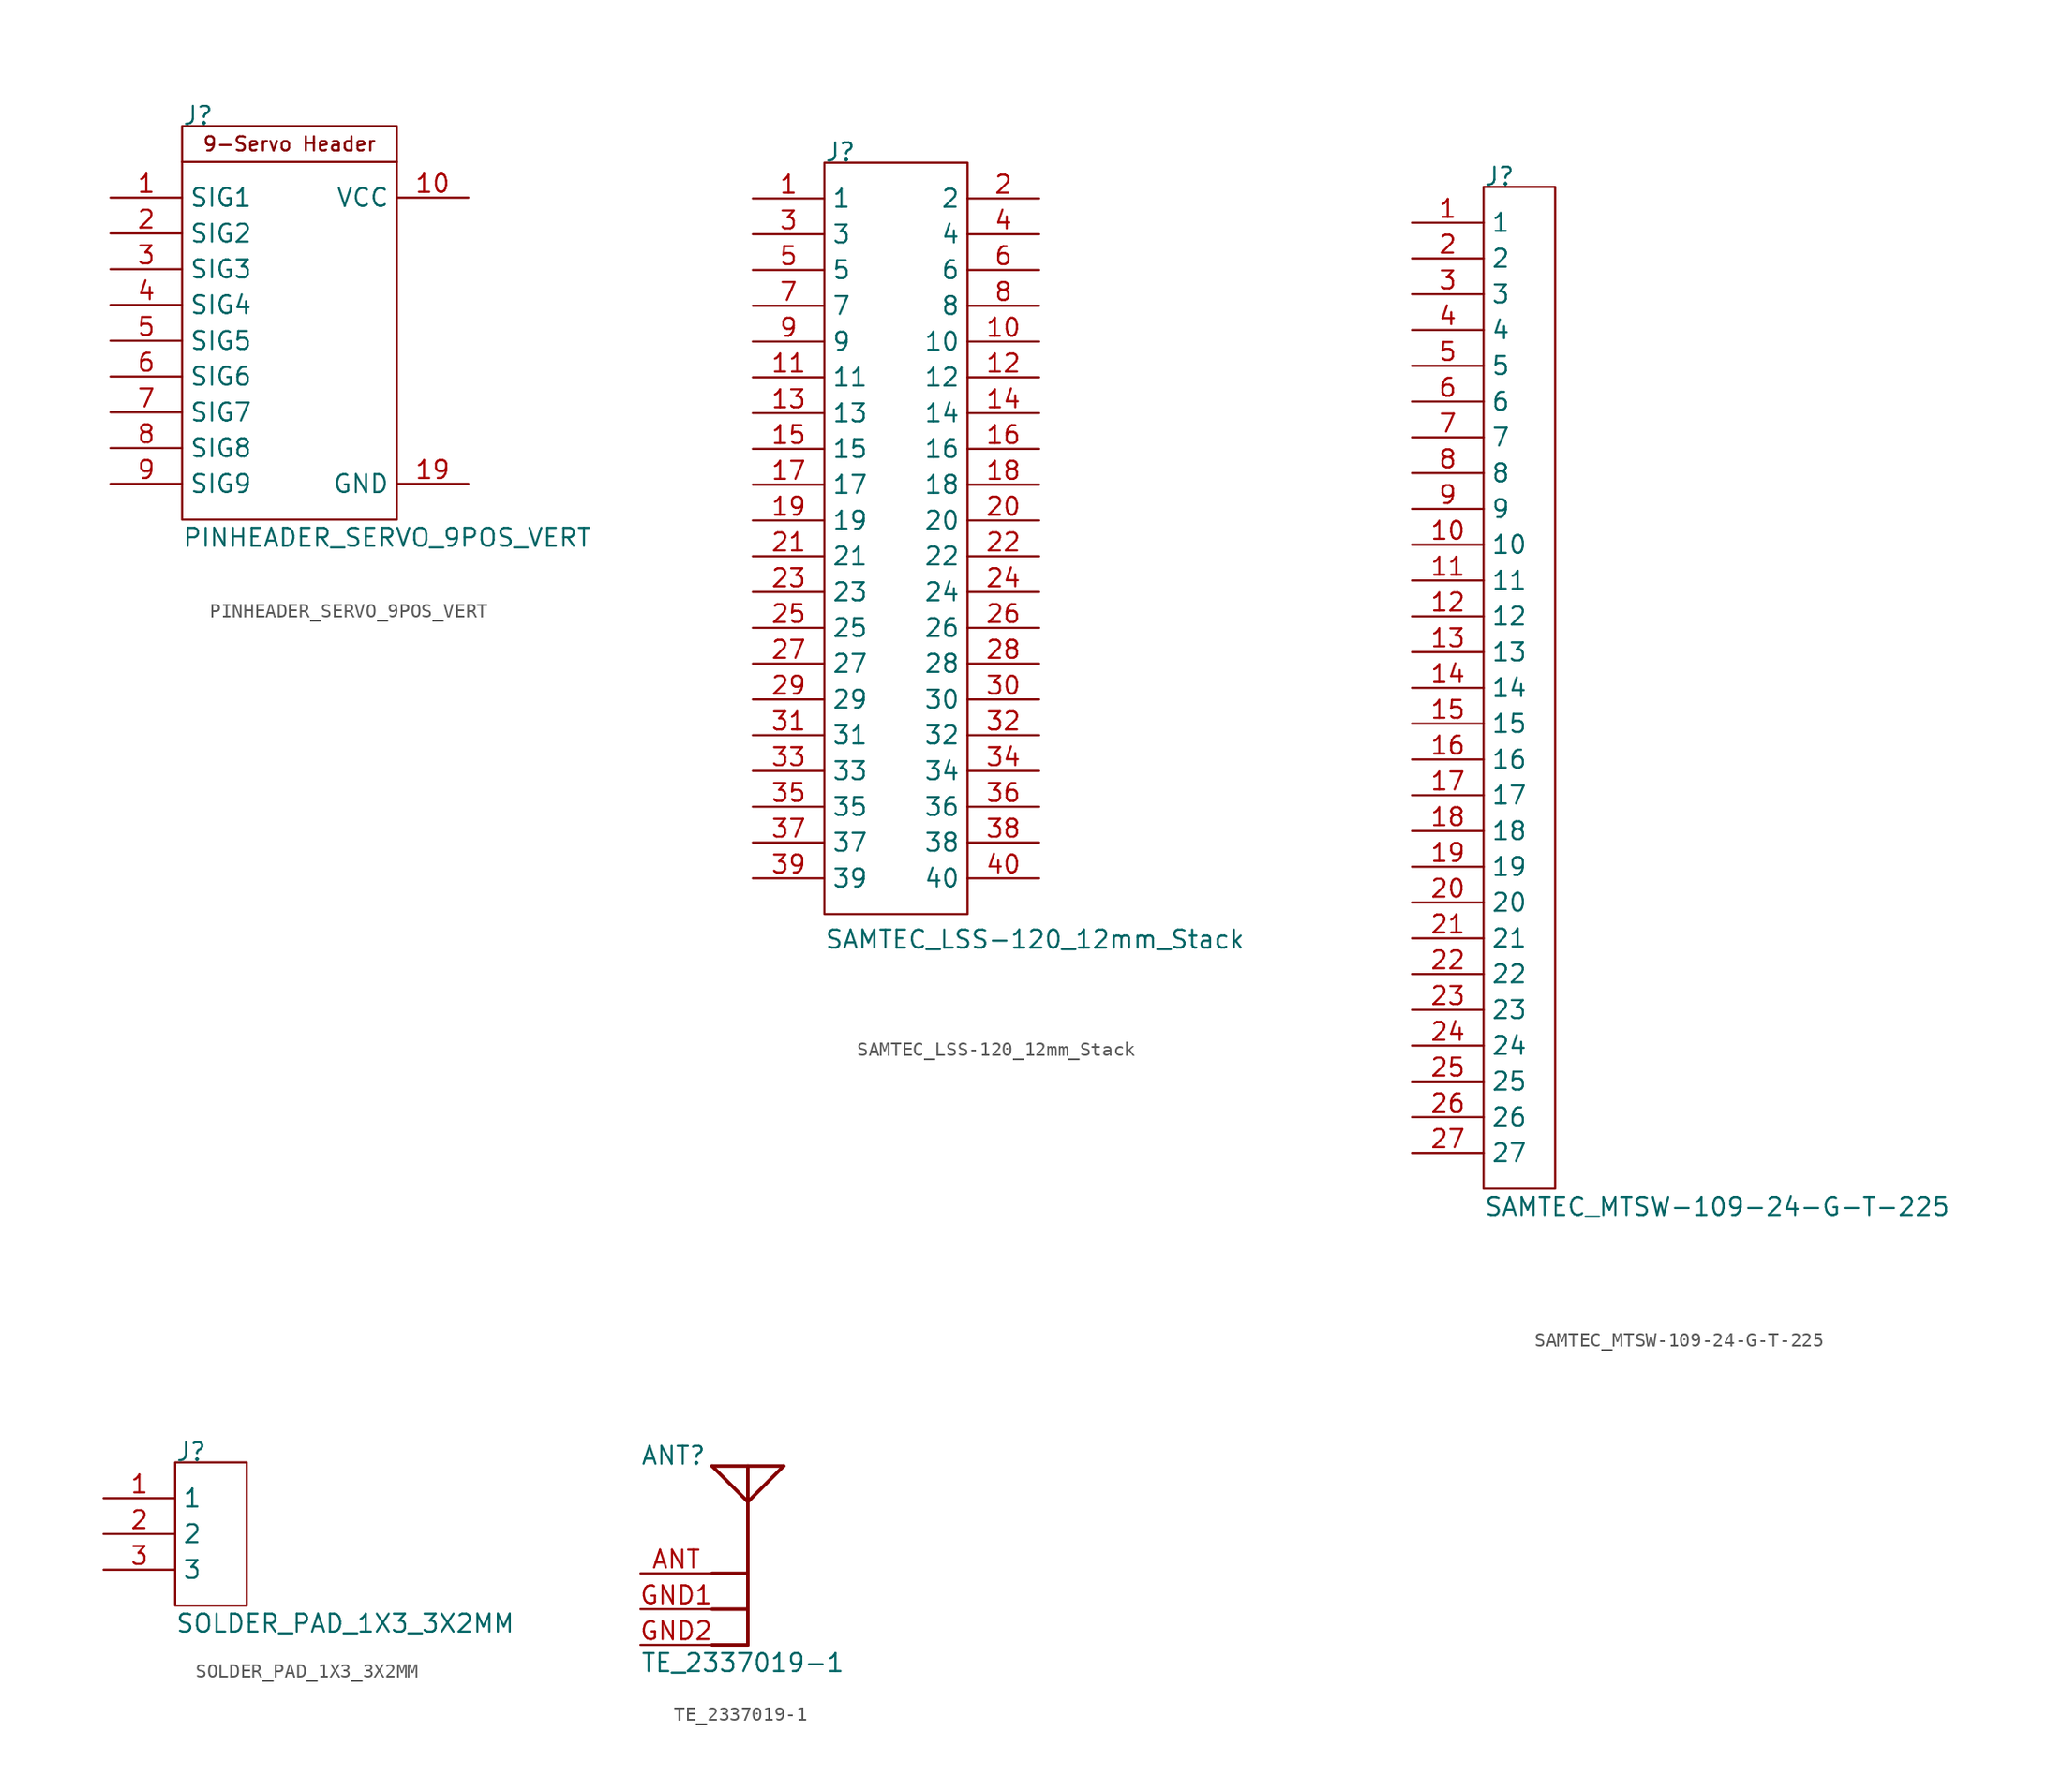
<source format=kicad_sym>
(kicad_symbol_lib
  (version 20220914)
  (generator kicad_symbol_editor)
  (symbol "PINHEADER_SERVO_9POS_VERT"
    (property "Reference" "J"
      (at 5.08 5.08 0)
      (effects (font (size 1.27 1.27)) (justify left bottom)))
    (property "Value" "PINHEADER_SERVO_9POS_VERT"
      (at 5.08 -24.13 0)
      (effects (font (size 1.27 1.27)) (justify left)))
    (symbol "PINHEADER_SERVO_9POS_VERT_0_0"
      (text "9-Servo Header" (at 12.7 3.81 0) (effects (font (size 1 1)))))
    (symbol "PINHEADER_SERVO_9POS_VERT_0_1"
      (polyline (pts (xy 5.08 2.54) (xy 20.32 2.54)) (stroke (width 0.152) (type default)) (fill (type none)))
      (rectangle (start 5.08 5.08) (end 20.32 -22.86) (stroke (width 0.152) (type default)) (fill (type none))))
    (symbol "PINHEADER_SERVO_9POS_VERT_1_1"
      (pin passive line (at 0 0 0) (length 5.08) (name "SIG1" (effects (font (size 1.27 1.27)))) (number "1" (effects (font (size 1.27 1.27)))))
      (pin passive line (at 25.4 0 180) (length 5.08) (name "VCC" (effects (font (size 1.27 1.27)))) (number "10" (effects (font (size 1.27 1.27)))))
      (pin passive line (at 25.4 0 180) (length 5.08) hide (name "VCC" (effects (font (size 1.27 1.27)))) (number "11" (effects (font (size 1.27 1.27)))))
      (pin passive line (at 25.4 0 180) (length 5.08) hide (name "VCC" (effects (font (size 1.27 1.27)))) (number "12" (effects (font (size 1.27 1.27)))))
      (pin passive line (at 25.4 0 180) (length 5.08) hide (name "VCC" (effects (font (size 1.27 1.27)))) (number "13" (effects (font (size 1.27 1.27)))))
      (pin passive line (at 25.4 0 180) (length 5.08) hide (name "VCC" (effects (font (size 1.27 1.27)))) (number "14" (effects (font (size 1.27 1.27)))))
      (pin passive line (at 25.4 0 180) (length 5.08) hide (name "VCC" (effects (font (size 1.27 1.27)))) (number "15" (effects (font (size 1.27 1.27)))))
      (pin passive line (at 25.4 0 180) (length 5.08) hide (name "VCC" (effects (font (size 1.27 1.27)))) (number "16" (effects (font (size 1.27 1.27)))))
      (pin passive line (at 25.4 0 180) (length 5.08) hide (name "VCC" (effects (font (size 1.27 1.27)))) (number "17" (effects (font (size 1.27 1.27)))))
      (pin passive line (at 25.4 0 180) (length 5.08) hide (name "VCC" (effects (font (size 1.27 1.27)))) (number "18" (effects (font (size 1.27 1.27)))))
      (pin passive line (at 25.4 -20.32 180) (length 5.08) (name "GND" (effects (font (size 1.27 1.27)))) (number "19" (effects (font (size 1.27 1.27)))))
      (pin passive line (at 0 -2.54 0) (length 5.08) (name "SIG2" (effects (font (size 1.27 1.27)))) (number "2" (effects (font (size 1.27 1.27)))))
      (pin passive line (at 25.4 -20.32 180) (length 5.08) hide (name "GND" (effects (font (size 1.27 1.27)))) (number "20" (effects (font (size 1.27 1.27)))))
      (pin passive line (at 25.4 -20.32 180) (length 5.08) hide (name "GND" (effects (font (size 1.27 1.27)))) (number "21" (effects (font (size 1.27 1.27)))))
      (pin passive line (at 25.4 -20.32 180) (length 5.08) hide (name "GND" (effects (font (size 1.27 1.27)))) (number "22" (effects (font (size 1.27 1.27)))))
      (pin passive line (at 25.4 -20.32 180) (length 5.08) hide (name "GND" (effects (font (size 1.27 1.27)))) (number "23" (effects (font (size 1.27 1.27)))))
      (pin passive line (at 25.4 -20.32 180) (length 5.08) hide (name "GND" (effects (font (size 1.27 1.27)))) (number "24" (effects (font (size 1.27 1.27)))))
      (pin passive line (at 25.4 -20.32 180) (length 5.08) hide (name "GND" (effects (font (size 1.27 1.27)))) (number "25" (effects (font (size 1.27 1.27)))))
      (pin passive line (at 25.4 -20.32 180) (length 5.08) hide (name "GND" (effects (font (size 1.27 1.27)))) (number "26" (effects (font (size 1.27 1.27)))))
      (pin passive line (at 25.4 -20.32 180) (length 5.08) hide (name "GND" (effects (font (size 1.27 1.27)))) (number "27" (effects (font (size 1.27 1.27)))))
      (pin passive line (at 0 -5.08 0) (length 5.08) (name "SIG3" (effects (font (size 1.27 1.27)))) (number "3" (effects (font (size 1.27 1.27)))))
      (pin passive line (at 0 -7.62 0) (length 5.08) (name "SIG4" (effects (font (size 1.27 1.27)))) (number "4" (effects (font (size 1.27 1.27)))))
      (pin passive line (at 0 -10.16 0) (length 5.08) (name "SIG5" (effects (font (size 1.27 1.27)))) (number "5" (effects (font (size 1.27 1.27)))))
      (pin passive line (at 0 -12.7 0) (length 5.08) (name "SIG6" (effects (font (size 1.27 1.27)))) (number "6" (effects (font (size 1.27 1.27)))))
      (pin passive line (at 0 -15.24 0) (length 5.08) (name "SIG7" (effects (font (size 1.27 1.27)))) (number "7" (effects (font (size 1.27 1.27)))))
      (pin passive line (at 0 -17.78 0) (length 5.08) (name "SIG8" (effects (font (size 1.27 1.27)))) (number "8" (effects (font (size 1.27 1.27)))))
      (pin passive line (at 0 -20.32 0) (length 5.08) (name "SIG9" (effects (font (size 1.27 1.27)))) (number "9" (effects (font (size 1.27 1.27)))))))
  (symbol "SAMTEC_LSS-120_12mm_Stack"
    (property "Reference" "J"
      (at 5.08 2.54 0)
      (effects (font (size 1.27 1.27)) (justify left bottom)))
    (property "Value" "SAMTEC_LSS-120_12mm_Stack"
      (at 5.08 -53.34 0)
      (effects (font (size 1.27 1.27)) (justify left bottom)))
    (symbol "SAMTEC_LSS-120_12mm_Stack_0_1"
      (rectangle (start 5.08 2.54) (end 15.24 -50.8) (stroke (width 0.152) (type default)) (fill (type none))))
    (symbol "SAMTEC_LSS-120_12mm_Stack_1_1"
      (pin passive line (at 0 0 0) (length 5.08) (name "1" (effects (font (size 1.27 1.27)))) (number "1" (effects (font (size 1.27 1.27)))))
      (pin passive line (at 20.32 -10.16 180) (length 5.08) (name "10" (effects (font (size 1.27 1.27)))) (number "10" (effects (font (size 1.27 1.27)))))
      (pin passive line (at 0 -12.7 0) (length 5.08) (name "11" (effects (font (size 1.27 1.27)))) (number "11" (effects (font (size 1.27 1.27)))))
      (pin passive line (at 20.32 -12.7 180) (length 5.08) (name "12" (effects (font (size 1.27 1.27)))) (number "12" (effects (font (size 1.27 1.27)))))
      (pin passive line (at 0 -15.24 0) (length 5.08) (name "13" (effects (font (size 1.27 1.27)))) (number "13" (effects (font (size 1.27 1.27)))))
      (pin passive line (at 20.32 -15.24 180) (length 5.08) (name "14" (effects (font (size 1.27 1.27)))) (number "14" (effects (font (size 1.27 1.27)))))
      (pin passive line (at 0 -17.78 0) (length 5.08) (name "15" (effects (font (size 1.27 1.27)))) (number "15" (effects (font (size 1.27 1.27)))))
      (pin passive line (at 20.32 -17.78 180) (length 5.08) (name "16" (effects (font (size 1.27 1.27)))) (number "16" (effects (font (size 1.27 1.27)))))
      (pin passive line (at 0 -20.32 0) (length 5.08) (name "17" (effects (font (size 1.27 1.27)))) (number "17" (effects (font (size 1.27 1.27)))))
      (pin passive line (at 20.32 -20.32 180) (length 5.08) (name "18" (effects (font (size 1.27 1.27)))) (number "18" (effects (font (size 1.27 1.27)))))
      (pin passive line (at 0 -22.86 0) (length 5.08) (name "19" (effects (font (size 1.27 1.27)))) (number "19" (effects (font (size 1.27 1.27)))))
      (pin passive line (at 20.32 0 180) (length 5.08) (name "2" (effects (font (size 1.27 1.27)))) (number "2" (effects (font (size 1.27 1.27)))))
      (pin passive line (at 20.32 -22.86 180) (length 5.08) (name "20" (effects (font (size 1.27 1.27)))) (number "20" (effects (font (size 1.27 1.27)))))
      (pin passive line (at 0 -25.4 0) (length 5.08) (name "21" (effects (font (size 1.27 1.27)))) (number "21" (effects (font (size 1.27 1.27)))))
      (pin passive line (at 20.32 -25.4 180) (length 5.08) (name "22" (effects (font (size 1.27 1.27)))) (number "22" (effects (font (size 1.27 1.27)))))
      (pin passive line (at 0 -27.94 0) (length 5.08) (name "23" (effects (font (size 1.27 1.27)))) (number "23" (effects (font (size 1.27 1.27)))))
      (pin passive line (at 20.32 -27.94 180) (length 5.08) (name "24" (effects (font (size 1.27 1.27)))) (number "24" (effects (font (size 1.27 1.27)))))
      (pin passive line (at 0 -30.48 0) (length 5.08) (name "25" (effects (font (size 1.27 1.27)))) (number "25" (effects (font (size 1.27 1.27)))))
      (pin passive line (at 20.32 -30.48 180) (length 5.08) (name "26" (effects (font (size 1.27 1.27)))) (number "26" (effects (font (size 1.27 1.27)))))
      (pin passive line (at 0 -33.02 0) (length 5.08) (name "27" (effects (font (size 1.27 1.27)))) (number "27" (effects (font (size 1.27 1.27)))))
      (pin passive line (at 20.32 -33.02 180) (length 5.08) (name "28" (effects (font (size 1.27 1.27)))) (number "28" (effects (font (size 1.27 1.27)))))
      (pin passive line (at 0 -35.56 0) (length 5.08) (name "29" (effects (font (size 1.27 1.27)))) (number "29" (effects (font (size 1.27 1.27)))))
      (pin passive line (at 0 -2.54 0) (length 5.08) (name "3" (effects (font (size 1.27 1.27)))) (number "3" (effects (font (size 1.27 1.27)))))
      (pin passive line (at 20.32 -35.56 180) (length 5.08) (name "30" (effects (font (size 1.27 1.27)))) (number "30" (effects (font (size 1.27 1.27)))))
      (pin passive line (at 0 -38.1 0) (length 5.08) (name "31" (effects (font (size 1.27 1.27)))) (number "31" (effects (font (size 1.27 1.27)))))
      (pin passive line (at 20.32 -38.1 180) (length 5.08) (name "32" (effects (font (size 1.27 1.27)))) (number "32" (effects (font (size 1.27 1.27)))))
      (pin passive line (at 0 -40.64 0) (length 5.08) (name "33" (effects (font (size 1.27 1.27)))) (number "33" (effects (font (size 1.27 1.27)))))
      (pin passive line (at 20.32 -40.64 180) (length 5.08) (name "34" (effects (font (size 1.27 1.27)))) (number "34" (effects (font (size 1.27 1.27)))))
      (pin passive line (at 0 -43.18 0) (length 5.08) (name "35" (effects (font (size 1.27 1.27)))) (number "35" (effects (font (size 1.27 1.27)))))
      (pin passive line (at 20.32 -43.18 180) (length 5.08) (name "36" (effects (font (size 1.27 1.27)))) (number "36" (effects (font (size 1.27 1.27)))))
      (pin passive line (at 0 -45.72 0) (length 5.08) (name "37" (effects (font (size 1.27 1.27)))) (number "37" (effects (font (size 1.27 1.27)))))
      (pin passive line (at 20.32 -45.72 180) (length 5.08) (name "38" (effects (font (size 1.27 1.27)))) (number "38" (effects (font (size 1.27 1.27)))))
      (pin passive line (at 0 -48.26 0) (length 5.08) (name "39" (effects (font (size 1.27 1.27)))) (number "39" (effects (font (size 1.27 1.27)))))
      (pin passive line (at 20.32 -2.54 180) (length 5.08) (name "4" (effects (font (size 1.27 1.27)))) (number "4" (effects (font (size 1.27 1.27)))))
      (pin passive line (at 20.32 -48.26 180) (length 5.08) (name "40" (effects (font (size 1.27 1.27)))) (number "40" (effects (font (size 1.27 1.27)))))
      (pin passive line (at 0 -5.08 0) (length 5.08) (name "5" (effects (font (size 1.27 1.27)))) (number "5" (effects (font (size 1.27 1.27)))))
      (pin passive line (at 20.32 -5.08 180) (length 5.08) (name "6" (effects (font (size 1.27 1.27)))) (number "6" (effects (font (size 1.27 1.27)))))
      (pin passive line (at 0 -7.62 0) (length 5.08) (name "7" (effects (font (size 1.27 1.27)))) (number "7" (effects (font (size 1.27 1.27)))))
      (pin passive line (at 20.32 -7.62 180) (length 5.08) (name "8" (effects (font (size 1.27 1.27)))) (number "8" (effects (font (size 1.27 1.27)))))
      (pin passive line (at 0 -10.16 0) (length 5.08) (name "9" (effects (font (size 1.27 1.27)))) (number "9" (effects (font (size 1.27 1.27)))))))
  (symbol "SAMTEC_MTSW-109-24-G-T-225"
    (property "Reference" "J"
      (at 5.08 2.54 0)
      (effects (font (size 1.27 1.27)) (justify left bottom)))
    (property "Value" "SAMTEC_MTSW-109-24-G-T-225"
      (at 5.08 -69.85 0)
      (effects (font (size 1.27 1.27)) (justify left)))
    (symbol "SAMTEC_MTSW-109-24-G-T-225_0_1"
      (rectangle (start 5.08 2.54) (end 10.16 -68.58) (stroke (width 0.152) (type default)) (fill (type none))))
    (symbol "SAMTEC_MTSW-109-24-G-T-225_1_1"
      (pin passive line (at 0 0 0) (length 5.08) (name "1" (effects (font (size 1.27 1.27)))) (number "1" (effects (font (size 1.27 1.27)))))
      (pin passive line (at 0 -22.86 0) (length 5.08) (name "10" (effects (font (size 1.27 1.27)))) (number "10" (effects (font (size 1.27 1.27)))))
      (pin passive line (at 0 -25.4 0) (length 5.08) (name "11" (effects (font (size 1.27 1.27)))) (number "11" (effects (font (size 1.27 1.27)))))
      (pin passive line (at 0 -27.94 0) (length 5.08) (name "12" (effects (font (size 1.27 1.27)))) (number "12" (effects (font (size 1.27 1.27)))))
      (pin passive line (at 0 -30.48 0) (length 5.08) (name "13" (effects (font (size 1.27 1.27)))) (number "13" (effects (font (size 1.27 1.27)))))
      (pin passive line (at 0 -33.02 0) (length 5.08) (name "14" (effects (font (size 1.27 1.27)))) (number "14" (effects (font (size 1.27 1.27)))))
      (pin passive line (at 0 -35.56 0) (length 5.08) (name "15" (effects (font (size 1.27 1.27)))) (number "15" (effects (font (size 1.27 1.27)))))
      (pin passive line (at 0 -38.1 0) (length 5.08) (name "16" (effects (font (size 1.27 1.27)))) (number "16" (effects (font (size 1.27 1.27)))))
      (pin passive line (at 0 -40.64 0) (length 5.08) (name "17" (effects (font (size 1.27 1.27)))) (number "17" (effects (font (size 1.27 1.27)))))
      (pin passive line (at 0 -43.18 0) (length 5.08) (name "18" (effects (font (size 1.27 1.27)))) (number "18" (effects (font (size 1.27 1.27)))))
      (pin passive line (at 0 -45.72 0) (length 5.08) (name "19" (effects (font (size 1.27 1.27)))) (number "19" (effects (font (size 1.27 1.27)))))
      (pin passive line (at 0 -2.54 0) (length 5.08) (name "2" (effects (font (size 1.27 1.27)))) (number "2" (effects (font (size 1.27 1.27)))))
      (pin passive line (at 0 -48.26 0) (length 5.08) (name "20" (effects (font (size 1.27 1.27)))) (number "20" (effects (font (size 1.27 1.27)))))
      (pin passive line (at 0 -50.8 0) (length 5.08) (name "21" (effects (font (size 1.27 1.27)))) (number "21" (effects (font (size 1.27 1.27)))))
      (pin passive line (at 0 -53.34 0) (length 5.08) (name "22" (effects (font (size 1.27 1.27)))) (number "22" (effects (font (size 1.27 1.27)))))
      (pin passive line (at 0 -55.88 0) (length 5.08) (name "23" (effects (font (size 1.27 1.27)))) (number "23" (effects (font (size 1.27 1.27)))))
      (pin passive line (at 0 -58.42 0) (length 5.08) (name "24" (effects (font (size 1.27 1.27)))) (number "24" (effects (font (size 1.27 1.27)))))
      (pin passive line (at 0 -60.96 0) (length 5.08) (name "25" (effects (font (size 1.27 1.27)))) (number "25" (effects (font (size 1.27 1.27)))))
      (pin passive line (at 0 -63.5 0) (length 5.08) (name "26" (effects (font (size 1.27 1.27)))) (number "26" (effects (font (size 1.27 1.27)))))
      (pin passive line (at 0 -66.04 0) (length 5.08) (name "27" (effects (font (size 1.27 1.27)))) (number "27" (effects (font (size 1.27 1.27)))))
      (pin passive line (at 0 -5.08 0) (length 5.08) (name "3" (effects (font (size 1.27 1.27)))) (number "3" (effects (font (size 1.27 1.27)))))
      (pin passive line (at 0 -7.62 0) (length 5.08) (name "4" (effects (font (size 1.27 1.27)))) (number "4" (effects (font (size 1.27 1.27)))))
      (pin passive line (at 0 -10.16 0) (length 5.08) (name "5" (effects (font (size 1.27 1.27)))) (number "5" (effects (font (size 1.27 1.27)))))
      (pin passive line (at 0 -12.7 0) (length 5.08) (name "6" (effects (font (size 1.27 1.27)))) (number "6" (effects (font (size 1.27 1.27)))))
      (pin passive line (at 0 -15.24 0) (length 5.08) (name "7" (effects (font (size 1.27 1.27)))) (number "7" (effects (font (size 1.27 1.27)))))
      (pin passive line (at 0 -17.78 0) (length 5.08) (name "8" (effects (font (size 1.27 1.27)))) (number "8" (effects (font (size 1.27 1.27)))))
      (pin passive line (at 0 -20.32 0) (length 5.08) (name "9" (effects (font (size 1.27 1.27)))) (number "9" (effects (font (size 1.27 1.27)))))))
  (symbol "SOLDER_PAD_1X3_3X2MM"
    (property "Reference" "J"
      (at 5.08 2.54 0)
      (effects (font (size 1.27 1.27)) (justify left bottom)))
    (property "Value" "SOLDER_PAD_1X3_3X2MM"
      (at 5.08 -8.89 0)
      (effects (font (size 1.27 1.27)) (justify left)))
    (symbol "SOLDER_PAD_1X3_3X2MM_0_1"
      (rectangle (start 5.08 2.54) (end 10.16 -7.62) (stroke (width 0.152) (type default)) (fill (type none))))
    (symbol "SOLDER_PAD_1X3_3X2MM_1_1"
      (pin passive line (at 0 0 0) (length 5.08) (name "1" (effects (font (size 1.27 1.27)))) (number "1" (effects (font (size 1.27 1.27)))))
      (pin passive line (at 0 -2.54 0) (length 5.08) (name "2" (effects (font (size 1.27 1.27)))) (number "2" (effects (font (size 1.27 1.27)))))
      (pin passive line (at 0 -5.08 0) (length 5.08) (name "3" (effects (font (size 1.27 1.27)))) (number "3" (effects (font (size 1.27 1.27)))))))
  (symbol "TE_2337019-1"
    (property "Reference" "ANT"
      (at 0 7.62 0)
      (effects (font (size 1.27 1.27)) (justify left bottom)))
    (property "Value" "TE_2337019-1"
      (at 0 -6.35 0)
      (effects (font (size 1.27 1.27)) (justify left)))
    (symbol "TE_2337019-1_0_0"
      (polyline (pts (xy 5.08 7.62) (xy 7.62 5.08)) (stroke (width 0.25) (type default)) (fill (type none)))
      (polyline (pts (xy 5.08 7.62) (xy 10.16 7.62)) (stroke (width 0.25) (type default)) (fill (type none)))
      (polyline (pts (xy 7.62 -5.08) (xy 5.08 -5.08)) (stroke (width 0.25) (type default)) (fill (type none)))
      (polyline (pts (xy 7.62 -2.54) (xy 5.08 -2.54)) (stroke (width 0.25) (type default)) (fill (type none)))
      (polyline (pts (xy 7.62 0) (xy 5.08 0)) (stroke (width 0.25) (type default)) (fill (type none)))
      (polyline (pts (xy 7.62 7.62) (xy 7.62 -5.08)) (stroke (width 0.25) (type default)) (fill (type none)))
      (polyline (pts (xy 10.16 7.62) (xy 7.62 5.08)) (stroke (width 0.25) (type default)) (fill (type none))))
    (symbol "TE_2337019-1_1_1"
      (pin bidirectional line (at 0 0 0) (length 5.08) (name "" (effects (font (size 1.27 1.27)))) (number "ANT" (effects (font (size 1.27 1.27)))))
      (pin power_in line (at 0 -2.54 0) (length 5.08) (name "" (effects (font (size 1.27 1.27)))) (number "GND1" (effects (font (size 1.27 1.27)))))
      (pin power_in line (at 0 -5.08 0) (length 5.08) (name "" (effects (font (size 1.27 1.27)))) (number "GND2" (effects (font (size 1.27 1.27))))))))
</source>
